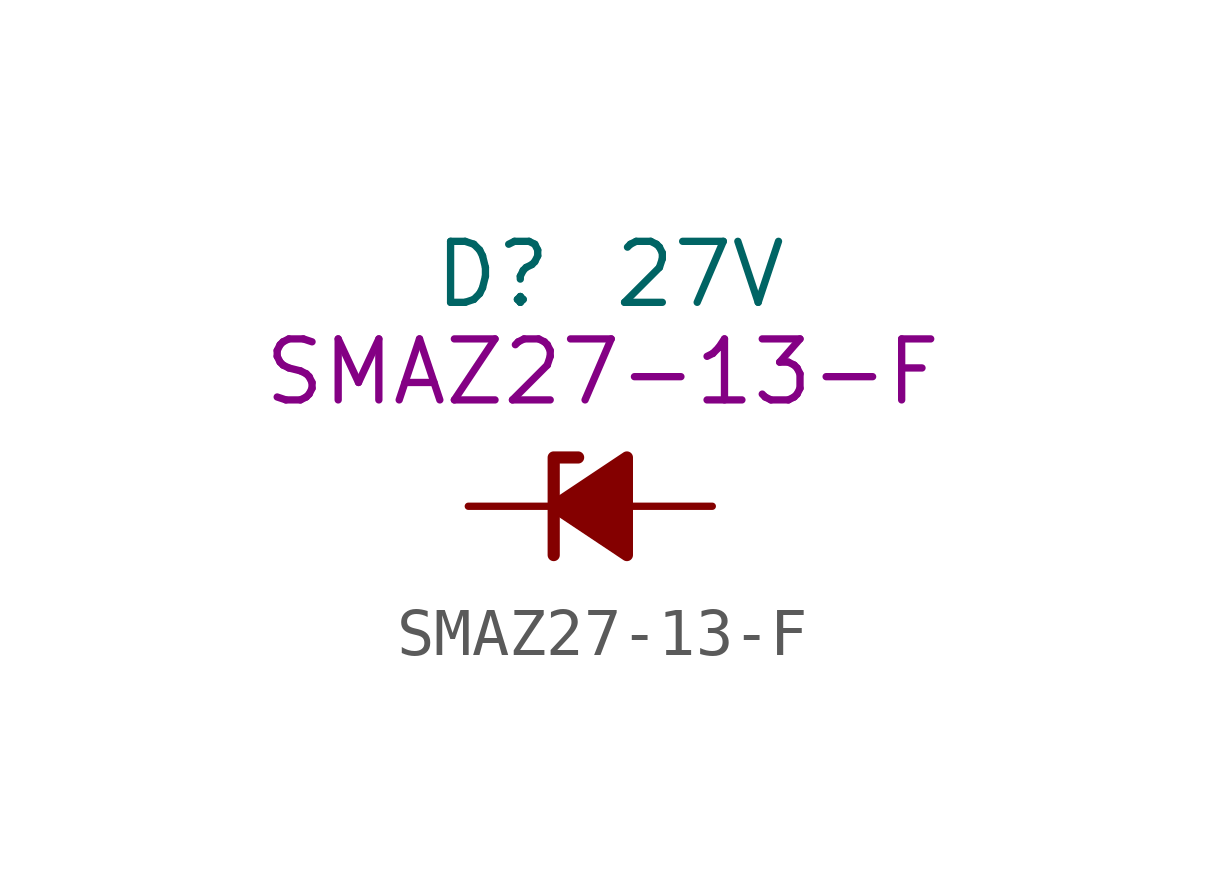
<source format=kicad_sym>
(kicad_symbol_lib
  (version 20231120)
  (generator "kicad_symbol_editor")
  (generator_version "8.0")
  (symbol "SMAZ27-13-F"
    (pin_numbers hide)
    (pin_names hide)
    (property "Reference" "D"
      (at 0.508 4.826 0)
      (effects (font (size 1.27 1.27))))
    (property "Value" "27V"
      (at 4.826 4.826 0)
      (effects (font (size 1.27 1.27))))
    (property "MPN" "SMAZ27-13-F"
      (at 2.794 2.794 0)
      (effects (font (size 1.27 1.27))))
    (symbol "SMAZ27-13-F_0_1"
      (polyline (pts (xy 3.302 0) (xy 1.778 0)) (stroke (width 0) (type default)) (fill (type none)))
      (polyline (pts (xy 2.286 1.016) (xy 1.778 1.016) (xy 1.778 -1.016)) (stroke (width 0.254) (type default)) (fill (type none)))
      (polyline (pts (xy 3.302 1.016) (xy 1.778 0) (xy 3.302 -1.016) (xy 3.302 1.016)) (stroke (width 0.254) (type default)) (fill (type outline))))
    (symbol "SMAZ27-13-F_1_1"
      (pin passive line (at 0 0 0) (length 1.778) (name "K" (effects (font (size 1.27 1.27)))) (number "1" (effects (font (size 1.27 1.27)))))
      (pin passive line (at 5.08 0 180) (length 1.778) (name "A" (effects (font (size 1.27 1.27)))) (number "2" (effects (font (size 1.27 1.27))))))))
</source>
